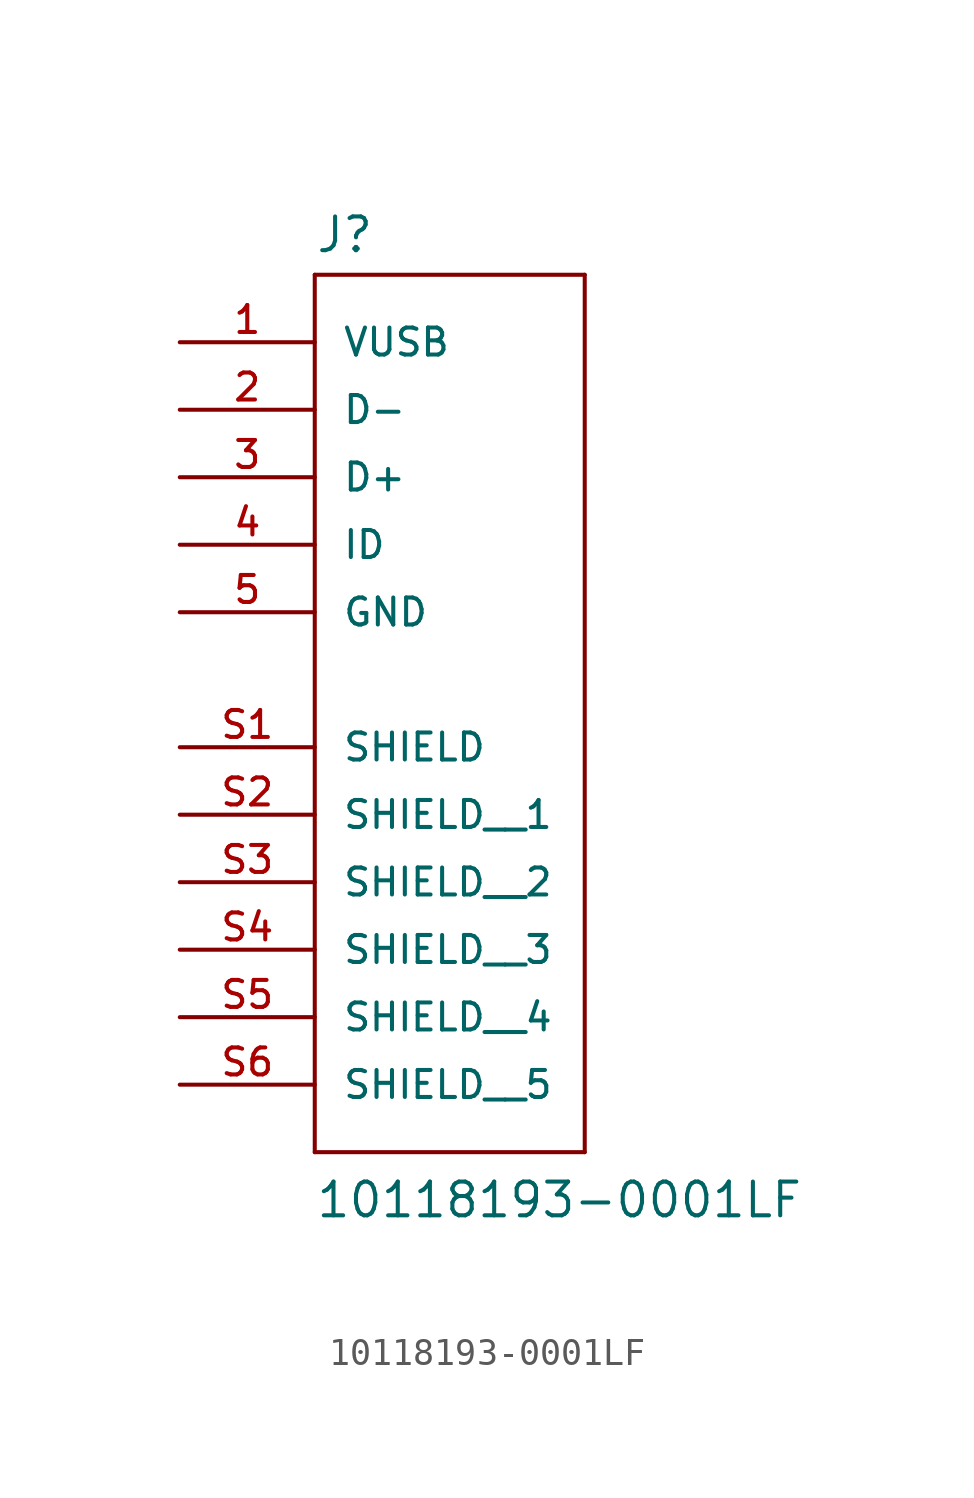
<source format=kicad_sym>
(kicad_symbol_lib
  (version 20211014)
  (generator kicad_symbol_editor)
  (symbol "10118193-0001LF"
    (pin_names
      (offset 1.016))
    (property "Reference" "J"
      (at -5.08 10.922 0)
      (effects (font (size 1.27 1.27)) (justify left bottom)))
    (property "Value" "10118193-0001LF"
      (at -5.08 -25.4 0)
      (effects (font (size 1.27 1.27)) (justify left bottom)))
    (property "ki_locked" ""
      (at 0 0 0)
      (effects (font (size 1.27 1.27))))
    (symbol "10118193-0001LF_0_0"
      (polyline (pts (xy -5.08 -22.86) (xy -5.08 10.16)) (stroke (width 0.152) (type default) (color 0 0 0 0)) (fill (type none)))
      (polyline (pts (xy -5.08 10.16) (xy 5.08 10.16)) (stroke (width 0.152) (type default) (color 0 0 0 0)) (fill (type none)))
      (polyline (pts (xy 5.08 -22.86) (xy -5.08 -22.86)) (stroke (width 0.152) (type default) (color 0 0 0 0)) (fill (type none)))
      (polyline (pts (xy 5.08 10.16) (xy 5.08 -22.86)) (stroke (width 0.152) (type default) (color 0 0 0 0)) (fill (type none)))
      (pin passive line (at -10.16 7.62 0) (length 5.08) (name "VUSB" (effects (font (size 1.016 1.016)))) (number "1" (effects (font (size 1.016 1.016)))))
      (pin passive line (at -10.16 5.08 0) (length 5.08) (name "D-" (effects (font (size 1.016 1.016)))) (number "2" (effects (font (size 1.016 1.016)))))
      (pin passive line (at -10.16 2.54 0) (length 5.08) (name "D+" (effects (font (size 1.016 1.016)))) (number "3" (effects (font (size 1.016 1.016)))))
      (pin passive line (at -10.16 0 0) (length 5.08) (name "ID" (effects (font (size 1.016 1.016)))) (number "4" (effects (font (size 1.016 1.016)))))
      (pin passive line (at -10.16 -2.54 0) (length 5.08) (name "GND" (effects (font (size 1.016 1.016)))) (number "5" (effects (font (size 1.016 1.016)))))
      (pin passive line (at -10.16 -7.62 0) (length 5.08) (name "SHIELD" (effects (font (size 1.016 1.016)))) (number "S1" (effects (font (size 1.016 1.016)))))
      (pin passive line (at -10.16 -10.16 0) (length 5.08) (name "SHIELD__1" (effects (font (size 1.016 1.016)))) (number "S2" (effects (font (size 1.016 1.016)))))
      (pin passive line (at -10.16 -12.7 0) (length 5.08) (name "SHIELD__2" (effects (font (size 1.016 1.016)))) (number "S3" (effects (font (size 1.016 1.016)))))
      (pin passive line (at -10.16 -15.24 0) (length 5.08) (name "SHIELD__3" (effects (font (size 1.016 1.016)))) (number "S4" (effects (font (size 1.016 1.016)))))
      (pin passive line (at -10.16 -17.78 0) (length 5.08) (name "SHIELD__4" (effects (font (size 1.016 1.016)))) (number "S5" (effects (font (size 1.016 1.016)))))
      (pin passive line (at -10.16 -20.32 0) (length 5.08) (name "SHIELD__5" (effects (font (size 1.016 1.016)))) (number "S6" (effects (font (size 1.016 1.016))))))))
</source>
